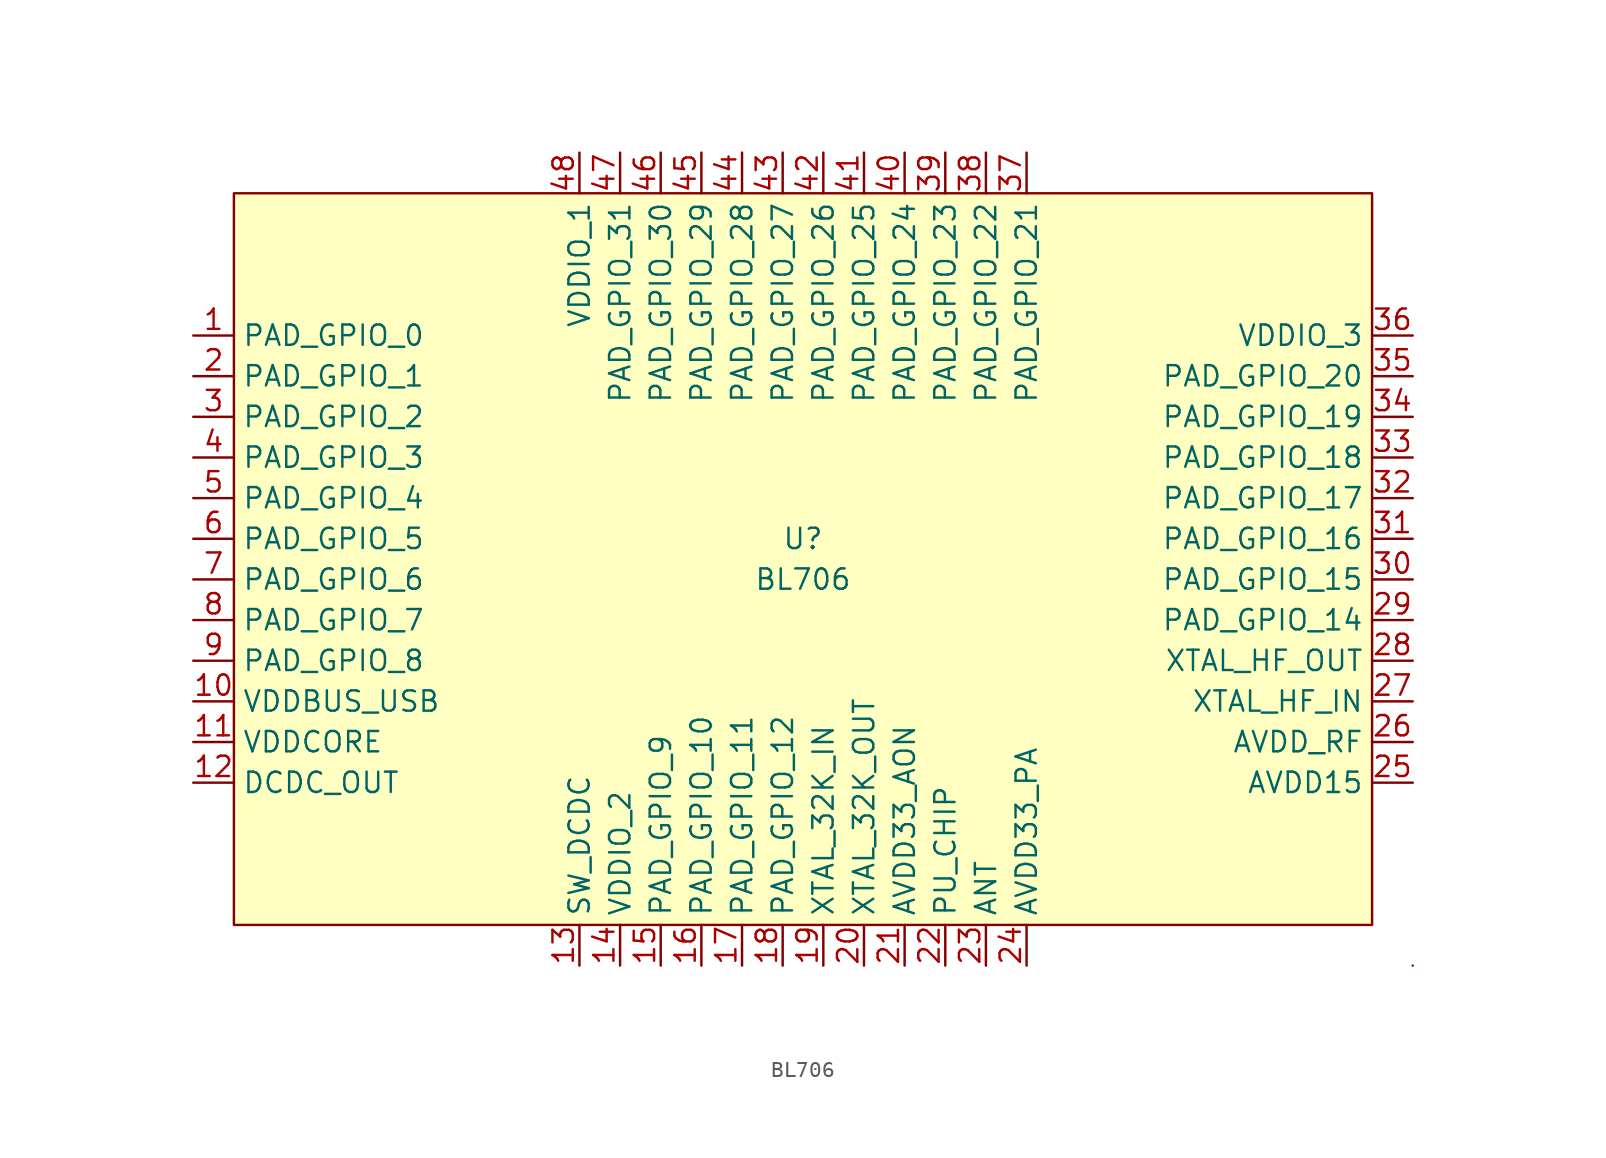
<source format=kicad_sym>
(kicad_symbol_lib
  (version 20211014)
  (generator kicad_symbol_editor)
  (symbol "BL706"
    (property "Reference" "U"
      (at 0 1.27 0)
      (effects (font (size 1.27 1.27))))
    (property "Value" "BL706"
      (at 0 -1.27 0)
      (effects (font (size 1.27 1.27))))
    (symbol "BL706_0_1"
      (rectangle (start 35.56 -22.86) (end -35.56 22.86) (stroke (width 0.152) (type default) (color 0 0 0 0)) (fill (type background)))
      (rectangle (start 38.1 -25.4) (end 38.1 -25.4) (stroke (width 0.152) (type default) (color 0 0 0 0)) (fill (type none))))
    (symbol "BL706_1_1"
      (pin bidirectional line (at -38.1 13.97 0) (length 2.54) (name "PAD_GPIO_0" (effects (font (size 1.27 1.27)))) (number "1" (effects (font (size 1.27 1.27)))))
      (pin power_in line (at -38.1 -8.89 0) (length 2.54) (name "VDDBUS_USB" (effects (font (size 1.27 1.27)))) (number "10" (effects (font (size 1.27 1.27)))))
      (pin power_in line (at -38.1 -11.43 0) (length 2.54) (name "VDDCORE" (effects (font (size 1.27 1.27)))) (number "11" (effects (font (size 1.27 1.27)))))
      (pin power_out line (at -38.1 -13.97 0) (length 2.54) (name "DCDC_OUT" (effects (font (size 1.27 1.27)))) (number "12" (effects (font (size 1.27 1.27)))))
      (pin power_out line (at -13.97 -25.4 90) (length 2.54) (name "SW_DCDC" (effects (font (size 1.27 1.27)))) (number "13" (effects (font (size 1.27 1.27)))))
      (pin power_in line (at -11.43 -25.4 90) (length 2.54) (name "VDDIO_2" (effects (font (size 1.27 1.27)))) (number "14" (effects (font (size 1.27 1.27)))))
      (pin bidirectional line (at -8.89 -25.4 90) (length 2.54) (name "PAD_GPIO_9" (effects (font (size 1.27 1.27)))) (number "15" (effects (font (size 1.27 1.27)))))
      (pin bidirectional line (at -6.35 -25.4 90) (length 2.54) (name "PAD_GPIO_10" (effects (font (size 1.27 1.27)))) (number "16" (effects (font (size 1.27 1.27)))))
      (pin bidirectional line (at -3.81 -25.4 90) (length 2.54) (name "PAD_GPIO_11" (effects (font (size 1.27 1.27)))) (number "17" (effects (font (size 1.27 1.27)))))
      (pin bidirectional line (at -1.27 -25.4 90) (length 2.54) (name "PAD_GPIO_12" (effects (font (size 1.27 1.27)))) (number "18" (effects (font (size 1.27 1.27)))))
      (pin bidirectional line (at 1.27 -25.4 90) (length 2.54) (name "XTAL_32K_IN" (effects (font (size 1.27 1.27)))) (number "19" (effects (font (size 1.27 1.27)))))
      (pin bidirectional line (at -38.1 11.43 0) (length 2.54) (name "PAD_GPIO_1" (effects (font (size 1.27 1.27)))) (number "2" (effects (font (size 1.27 1.27)))))
      (pin bidirectional line (at 3.81 -25.4 90) (length 2.54) (name "XTAL_32K_OUT" (effects (font (size 1.27 1.27)))) (number "20" (effects (font (size 1.27 1.27)))))
      (pin power_in line (at 6.35 -25.4 90) (length 2.54) (name "AVDD33_AON" (effects (font (size 1.27 1.27)))) (number "21" (effects (font (size 1.27 1.27)))))
      (pin bidirectional line (at 8.89 -25.4 90) (length 2.54) (name "PU_CHIP" (effects (font (size 1.27 1.27)))) (number "22" (effects (font (size 1.27 1.27)))))
      (pin bidirectional line (at 11.43 -25.4 90) (length 2.54) (name "ANT" (effects (font (size 1.27 1.27)))) (number "23" (effects (font (size 1.27 1.27)))))
      (pin power_in line (at 13.97 -25.4 90) (length 2.54) (name "AVDD33_PA" (effects (font (size 1.27 1.27)))) (number "24" (effects (font (size 1.27 1.27)))))
      (pin power_in line (at 38.1 -13.97 180) (length 2.54) (name "AVDD15" (effects (font (size 1.27 1.27)))) (number "25" (effects (font (size 1.27 1.27)))))
      (pin power_in line (at 38.1 -11.43 180) (length 2.54) (name "AVDD_RF" (effects (font (size 1.27 1.27)))) (number "26" (effects (font (size 1.27 1.27)))))
      (pin input line (at 38.1 -8.89 180) (length 2.54) (name "XTAL_HF_IN" (effects (font (size 1.27 1.27)))) (number "27" (effects (font (size 1.27 1.27)))))
      (pin output line (at 38.1 -6.35 180) (length 2.54) (name "XTAL_HF_OUT" (effects (font (size 1.27 1.27)))) (number "28" (effects (font (size 1.27 1.27)))))
      (pin bidirectional line (at 38.1 -3.81 180) (length 2.54) (name "PAD_GPIO_14" (effects (font (size 1.27 1.27)))) (number "29" (effects (font (size 1.27 1.27)))))
      (pin bidirectional line (at -38.1 8.89 0) (length 2.54) (name "PAD_GPIO_2" (effects (font (size 1.27 1.27)))) (number "3" (effects (font (size 1.27 1.27)))))
      (pin bidirectional line (at 38.1 -1.27 180) (length 2.54) (name "PAD_GPIO_15" (effects (font (size 1.27 1.27)))) (number "30" (effects (font (size 1.27 1.27)))))
      (pin bidirectional line (at 38.1 1.27 180) (length 2.54) (name "PAD_GPIO_16" (effects (font (size 1.27 1.27)))) (number "31" (effects (font (size 1.27 1.27)))))
      (pin bidirectional line (at 38.1 3.81 180) (length 2.54) (name "PAD_GPIO_17" (effects (font (size 1.27 1.27)))) (number "32" (effects (font (size 1.27 1.27)))))
      (pin bidirectional line (at 38.1 6.35 180) (length 2.54) (name "PAD_GPIO_18" (effects (font (size 1.27 1.27)))) (number "33" (effects (font (size 1.27 1.27)))))
      (pin bidirectional line (at 38.1 8.89 180) (length 2.54) (name "PAD_GPIO_19" (effects (font (size 1.27 1.27)))) (number "34" (effects (font (size 1.27 1.27)))))
      (pin bidirectional line (at 38.1 11.43 180) (length 2.54) (name "PAD_GPIO_20" (effects (font (size 1.27 1.27)))) (number "35" (effects (font (size 1.27 1.27)))))
      (pin power_in line (at 38.1 13.97 180) (length 2.54) (name "VDDIO_3" (effects (font (size 1.27 1.27)))) (number "36" (effects (font (size 1.27 1.27)))))
      (pin bidirectional line (at 13.97 25.4 270) (length 2.54) (name "PAD_GPIO_21" (effects (font (size 1.27 1.27)))) (number "37" (effects (font (size 1.27 1.27)))))
      (pin bidirectional line (at 11.43 25.4 270) (length 2.54) (name "PAD_GPIO_22" (effects (font (size 1.27 1.27)))) (number "38" (effects (font (size 1.27 1.27)))))
      (pin bidirectional line (at 8.89 25.4 270) (length 2.54) (name "PAD_GPIO_23" (effects (font (size 1.27 1.27)))) (number "39" (effects (font (size 1.27 1.27)))))
      (pin bidirectional line (at -38.1 6.35 0) (length 2.54) (name "PAD_GPIO_3" (effects (font (size 1.27 1.27)))) (number "4" (effects (font (size 1.27 1.27)))))
      (pin input line (at 6.35 25.4 270) (length 2.54) (name "PAD_GPIO_24" (effects (font (size 1.27 1.27)))) (number "40" (effects (font (size 1.27 1.27)))))
      (pin input line (at 3.81 25.4 270) (length 2.54) (name "PAD_GPIO_25" (effects (font (size 1.27 1.27)))) (number "41" (effects (font (size 1.27 1.27)))))
      (pin input line (at 1.27 25.4 270) (length 2.54) (name "PAD_GPIO_26" (effects (font (size 1.27 1.27)))) (number "42" (effects (font (size 1.27 1.27)))))
      (pin input line (at -1.27 25.4 270) (length 2.54) (name "PAD_GPIO_27" (effects (font (size 1.27 1.27)))) (number "43" (effects (font (size 1.27 1.27)))))
      (pin input line (at -3.81 25.4 270) (length 2.54) (name "PAD_GPIO_28" (effects (font (size 1.27 1.27)))) (number "44" (effects (font (size 1.27 1.27)))))
      (pin input line (at -6.35 25.4 270) (length 2.54) (name "PAD_GPIO_29" (effects (font (size 1.27 1.27)))) (number "45" (effects (font (size 1.27 1.27)))))
      (pin input line (at -8.89 25.4 270) (length 2.54) (name "PAD_GPIO_30" (effects (font (size 1.27 1.27)))) (number "46" (effects (font (size 1.27 1.27)))))
      (pin input line (at -11.43 25.4 270) (length 2.54) (name "PAD_GPIO_31" (effects (font (size 1.27 1.27)))) (number "47" (effects (font (size 1.27 1.27)))))
      (pin power_in line (at -13.97 25.4 270) (length 2.54) (name "VDDIO_1" (effects (font (size 1.27 1.27)))) (number "48" (effects (font (size 1.27 1.27)))))
      (pin bidirectional line (at -38.1 3.81 0) (length 2.54) (name "PAD_GPIO_4" (effects (font (size 1.27 1.27)))) (number "5" (effects (font (size 1.27 1.27)))))
      (pin bidirectional line (at -38.1 1.27 0) (length 2.54) (name "PAD_GPIO_5" (effects (font (size 1.27 1.27)))) (number "6" (effects (font (size 1.27 1.27)))))
      (pin bidirectional line (at -38.1 -1.27 0) (length 2.54) (name "PAD_GPIO_6" (effects (font (size 1.27 1.27)))) (number "7" (effects (font (size 1.27 1.27)))))
      (pin bidirectional line (at -38.1 -3.81 0) (length 2.54) (name "PAD_GPIO_7" (effects (font (size 1.27 1.27)))) (number "8" (effects (font (size 1.27 1.27)))))
      (pin bidirectional line (at -38.1 -6.35 0) (length 2.54) (name "PAD_GPIO_8" (effects (font (size 1.27 1.27)))) (number "9" (effects (font (size 1.27 1.27))))))))
</source>
